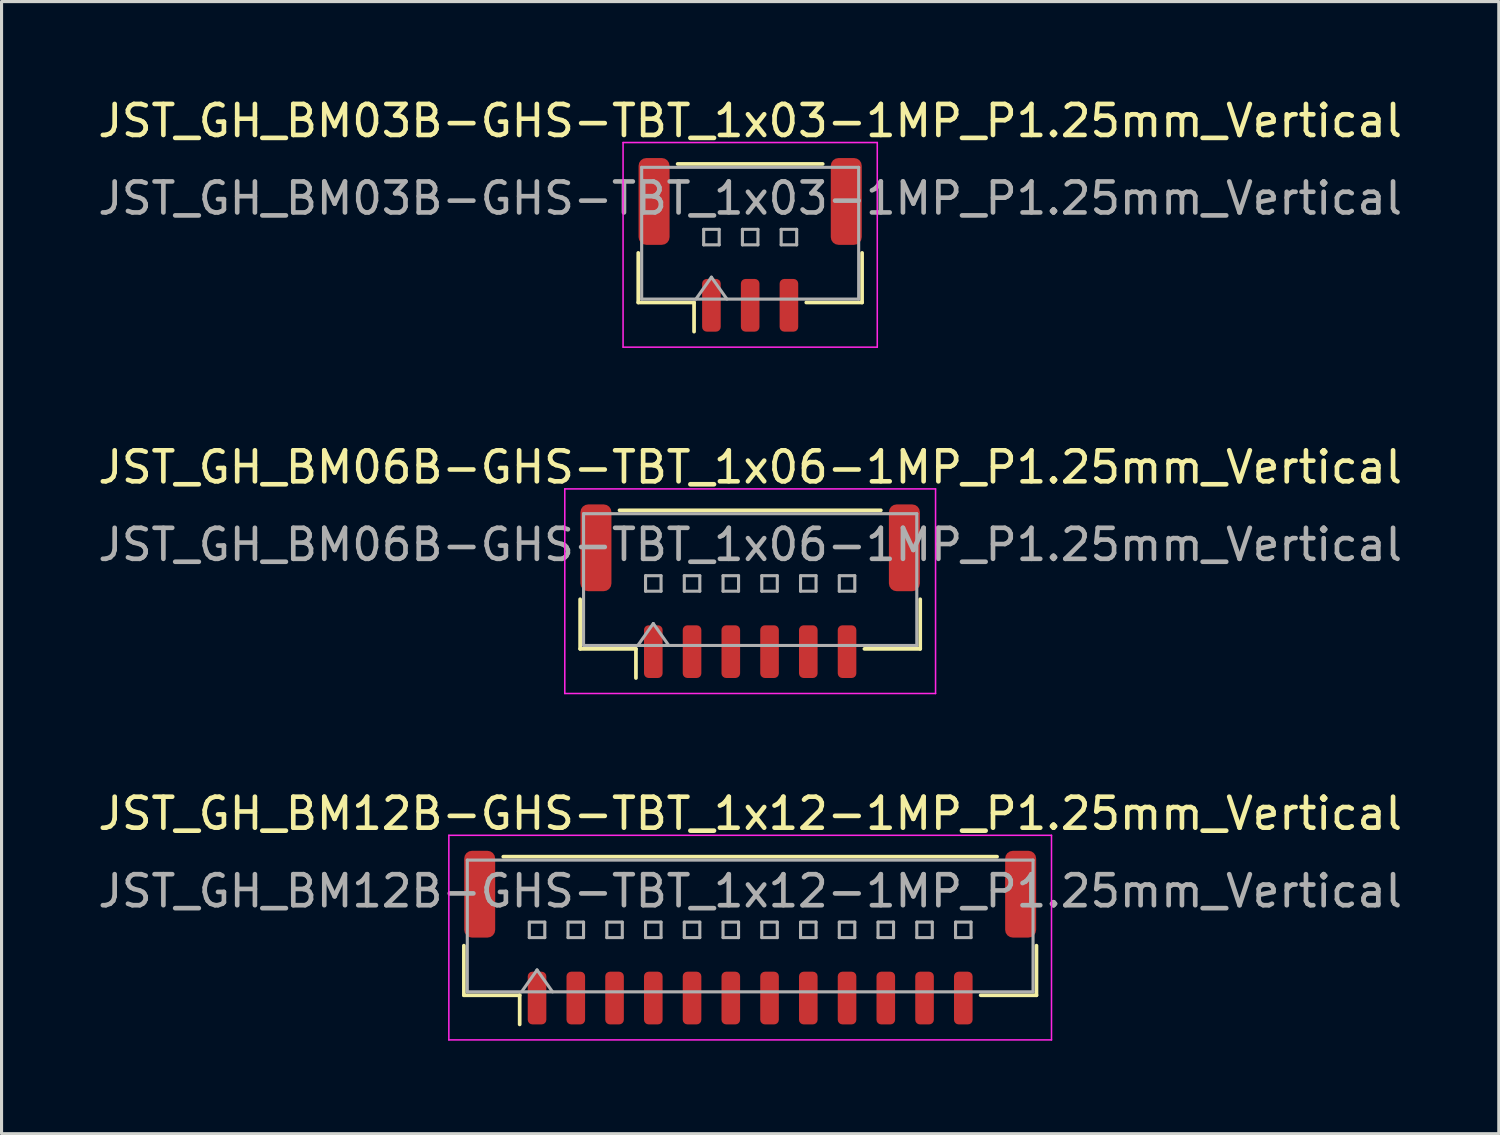
<source format=kicad_pcb>
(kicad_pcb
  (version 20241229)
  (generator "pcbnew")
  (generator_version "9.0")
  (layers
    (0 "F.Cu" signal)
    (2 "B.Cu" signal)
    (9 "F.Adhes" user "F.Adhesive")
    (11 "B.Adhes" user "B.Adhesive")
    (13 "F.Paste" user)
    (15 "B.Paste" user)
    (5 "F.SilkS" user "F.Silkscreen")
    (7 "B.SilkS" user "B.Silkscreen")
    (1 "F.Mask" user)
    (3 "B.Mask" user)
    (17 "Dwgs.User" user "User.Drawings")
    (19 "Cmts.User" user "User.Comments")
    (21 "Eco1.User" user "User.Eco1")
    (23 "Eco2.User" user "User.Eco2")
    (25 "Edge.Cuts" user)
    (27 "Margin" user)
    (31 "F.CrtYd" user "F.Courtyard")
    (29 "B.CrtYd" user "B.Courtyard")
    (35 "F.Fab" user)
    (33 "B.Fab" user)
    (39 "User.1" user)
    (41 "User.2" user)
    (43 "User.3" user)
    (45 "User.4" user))
  (footprint "JST_GH_BM12B-GHS-TBT_1x12-1MP_P1.25mm_Vertical"
    (layer "F.Cu")
    (at 21.149 27.195)
    (property "Reference" "JST_GH_BM12B-GHS-TBT_1x12-1MP_P1.25mm_Vertical" (at 0 -4 0) (layer "F.SilkS") (effects (font (size 1 1) (thickness 0.15))))
    (attr smd)
    (fp_line (start -9.235 0.26) (end -9.235 1.86) (stroke (width 0.12) (type solid)) (layer "F.SilkS"))
    (fp_line (start -9.235 1.86) (end -7.435 1.86) (stroke (width 0.12) (type solid)) (layer "F.SilkS"))
    (fp_line (start -7.965 -2.61) (end 7.965 -2.61) (stroke (width 0.12) (type solid)) (layer "F.SilkS"))
    (fp_line (start -7.435 1.86) (end -7.435 2.8) (stroke (width 0.12) (type solid)) (layer "F.SilkS"))
    (fp_line (start 9.235 0.26) (end 9.235 1.86) (stroke (width 0.12) (type solid)) (layer "F.SilkS"))
    (fp_line (start 9.235 1.86) (end 7.435 1.86) (stroke (width 0.12) (type solid)) (layer "F.SilkS"))
    (fp_line (start -9.72 -3.3) (end -9.72 3.3) (stroke (width 0.05) (type solid)) (layer "F.CrtYd"))
    (fp_line (start -9.72 3.3) (end 9.72 3.3) (stroke (width 0.05) (type solid)) (layer "F.CrtYd"))
    (fp_line (start 9.72 -3.3) (end -9.72 -3.3) (stroke (width 0.05) (type solid)) (layer "F.CrtYd"))
    (fp_line (start 9.72 3.3) (end 9.72 -3.3) (stroke (width 0.05) (type solid)) (layer "F.CrtYd"))
    (fp_line (start -9.125 -2.5) (end 9.125 -2.5) (stroke (width 0.1) (type solid)) (layer "F.Fab"))
    (fp_line (start -9.125 1.75) (end -9.125 -2.5) (stroke (width 0.1) (type solid)) (layer "F.Fab"))
    (fp_line (start -9.125 1.75) (end 9.125 1.75) (stroke (width 0.1) (type solid)) (layer "F.Fab"))
    (fp_line (start -7.375 1.75) (end -6.875 1.043) (stroke (width 0.1) (type solid)) (layer "F.Fab"))
    (fp_line (start -7.125 -0.5) (end -7.125 0) (stroke (width 0.1) (type solid)) (layer "F.Fab"))
    (fp_line (start -7.125 0) (end -6.625 0) (stroke (width 0.1) (type solid)) (layer "F.Fab"))
    (fp_line (start -6.875 1.043) (end -6.375 1.75) (stroke (width 0.1) (type solid)) (layer "F.Fab"))
    (fp_line (start -6.625 -0.5) (end -7.125 -0.5) (stroke (width 0.1) (type solid)) (layer "F.Fab"))
    (fp_line (start -6.625 0) (end -6.625 -0.5) (stroke (width 0.1) (type solid)) (layer "F.Fab"))
    (fp_line (start -5.875 -0.5) (end -5.875 0) (stroke (width 0.1) (type solid)) (layer "F.Fab"))
    (fp_line (start -5.875 0) (end -5.375 0) (stroke (width 0.1) (type solid)) (layer "F.Fab"))
    (fp_line (start -5.375 -0.5) (end -5.875 -0.5) (stroke (width 0.1) (type solid)) (layer "F.Fab"))
    (fp_line (start -5.375 0) (end -5.375 -0.5) (stroke (width 0.1) (type solid)) (layer "F.Fab"))
    (fp_line (start -4.625 -0.5) (end -4.625 0) (stroke (width 0.1) (type solid)) (layer "F.Fab"))
    (fp_line (start -4.625 0) (end -4.125 0) (stroke (width 0.1) (type solid)) (layer "F.Fab"))
    (fp_line (start -4.125 -0.5) (end -4.625 -0.5) (stroke (width 0.1) (type solid)) (layer "F.Fab"))
    (fp_line (start -4.125 0) (end -4.125 -0.5) (stroke (width 0.1) (type solid)) (layer "F.Fab"))
    (fp_line (start -3.375 -0.5) (end -3.375 0) (stroke (width 0.1) (type solid)) (layer "F.Fab"))
    (fp_line (start -3.375 0) (end -2.875 0) (stroke (width 0.1) (type solid)) (layer "F.Fab"))
    (fp_line (start -2.875 -0.5) (end -3.375 -0.5) (stroke (width 0.1) (type solid)) (layer "F.Fab"))
    (fp_line (start -2.875 0) (end -2.875 -0.5) (stroke (width 0.1) (type solid)) (layer "F.Fab"))
    (fp_line (start -2.125 -0.5) (end -2.125 0) (stroke (width 0.1) (type solid)) (layer "F.Fab"))
    (fp_line (start -2.125 0) (end -1.625 0) (stroke (width 0.1) (type solid)) (layer "F.Fab"))
    (fp_line (start -1.625 -0.5) (end -2.125 -0.5) (stroke (width 0.1) (type solid)) (layer "F.Fab"))
    (fp_line (start -1.625 0) (end -1.625 -0.5) (stroke (width 0.1) (type solid)) (layer "F.Fab"))
    (fp_line (start -0.875 -0.5) (end -0.875 0) (stroke (width 0.1) (type solid)) (layer "F.Fab"))
    (fp_line (start -0.875 0) (end -0.375 0) (stroke (width 0.1) (type solid)) (layer "F.Fab"))
    (fp_line (start -0.375 -0.5) (end -0.875 -0.5) (stroke (width 0.1) (type solid)) (layer "F.Fab"))
    (fp_line (start -0.375 0) (end -0.375 -0.5) (stroke (width 0.1) (type solid)) (layer "F.Fab"))
    (fp_line (start 0.375 -0.5) (end 0.375 0) (stroke (width 0.1) (type solid)) (layer "F.Fab"))
    (fp_line (start 0.375 0) (end 0.875 0) (stroke (width 0.1) (type solid)) (layer "F.Fab"))
    (fp_line (start 0.875 -0.5) (end 0.375 -0.5) (stroke (width 0.1) (type solid)) (layer "F.Fab"))
    (fp_line (start 0.875 0) (end 0.875 -0.5) (stroke (width 0.1) (type solid)) (layer "F.Fab"))
    (fp_line (start 1.625 -0.5) (end 1.625 0) (stroke (width 0.1) (type solid)) (layer "F.Fab"))
    (fp_line (start 1.625 0) (end 2.125 0) (stroke (width 0.1) (type solid)) (layer "F.Fab"))
    (fp_line (start 2.125 -0.5) (end 1.625 -0.5) (stroke (width 0.1) (type solid)) (layer "F.Fab"))
    (fp_line (start 2.125 0) (end 2.125 -0.5) (stroke (width 0.1) (type solid)) (layer "F.Fab"))
    (fp_line (start 2.875 -0.5) (end 2.875 0) (stroke (width 0.1) (type solid)) (layer "F.Fab"))
    (fp_line (start 2.875 0) (end 3.375 0) (stroke (width 0.1) (type solid)) (layer "F.Fab"))
    (fp_line (start 3.375 -0.5) (end 2.875 -0.5) (stroke (width 0.1) (type solid)) (layer "F.Fab"))
    (fp_line (start 3.375 0) (end 3.375 -0.5) (stroke (width 0.1) (type solid)) (layer "F.Fab"))
    (fp_line (start 4.125 -0.5) (end 4.125 0) (stroke (width 0.1) (type solid)) (layer "F.Fab"))
    (fp_line (start 4.125 0) (end 4.625 0) (stroke (width 0.1) (type solid)) (layer "F.Fab"))
    (fp_line (start 4.625 -0.5) (end 4.125 -0.5) (stroke (width 0.1) (type solid)) (layer "F.Fab"))
    (fp_line (start 4.625 0) (end 4.625 -0.5) (stroke (width 0.1) (type solid)) (layer "F.Fab"))
    (fp_line (start 5.375 -0.5) (end 5.375 0) (stroke (width 0.1) (type solid)) (layer "F.Fab"))
    (fp_line (start 5.375 0) (end 5.875 0) (stroke (width 0.1) (type solid)) (layer "F.Fab"))
    (fp_line (start 5.875 -0.5) (end 5.375 -0.5) (stroke (width 0.1) (type solid)) (layer "F.Fab"))
    (fp_line (start 5.875 0) (end 5.875 -0.5) (stroke (width 0.1) (type solid)) (layer "F.Fab"))
    (fp_line (start 6.625 -0.5) (end 6.625 0) (stroke (width 0.1) (type solid)) (layer "F.Fab"))
    (fp_line (start 6.625 0) (end 7.125 0) (stroke (width 0.1) (type solid)) (layer "F.Fab"))
    (fp_line (start 7.125 -0.5) (end 6.625 -0.5) (stroke (width 0.1) (type solid)) (layer "F.Fab"))
    (fp_line (start 7.125 0) (end 7.125 -0.5) (stroke (width 0.1) (type solid)) (layer "F.Fab"))
    (fp_line (start 9.125 1.75) (end 9.125 -2.5) (stroke (width 0.1) (type solid)) (layer "F.Fab"))
    (fp_text user "${REFERENCE}" (at 0 -1.5 0) (layer "F.Fab") (effects (font (size 1 1) (thickness 0.15))))
    (pad "1" smd roundrect (at -6.875 1.95) (size 0.6 1.7) (layers "F.Cu" "F.Mask" "F.Paste") (roundrect_rratio 0.25))
    (pad "2" smd roundrect (at -5.625 1.95) (size 0.6 1.7) (layers "F.Cu" "F.Mask" "F.Paste") (roundrect_rratio 0.25))
    (pad "3" smd roundrect (at -4.375 1.95) (size 0.6 1.7) (layers "F.Cu" "F.Mask" "F.Paste") (roundrect_rratio 0.25))
    (pad "4" smd roundrect (at -3.125 1.95) (size 0.6 1.7) (layers "F.Cu" "F.Mask" "F.Paste") (roundrect_rratio 0.25))
    (pad "5" smd roundrect (at -1.875 1.95) (size 0.6 1.7) (layers "F.Cu" "F.Mask" "F.Paste") (roundrect_rratio 0.25))
    (pad "6" smd roundrect (at -0.625 1.95) (size 0.6 1.7) (layers "F.Cu" "F.Mask" "F.Paste") (roundrect_rratio 0.25))
    (pad "7" smd roundrect (at 0.625 1.95) (size 0.6 1.7) (layers "F.Cu" "F.Mask" "F.Paste") (roundrect_rratio 0.25))
    (pad "8" smd roundrect (at 1.875 1.95) (size 0.6 1.7) (layers "F.Cu" "F.Mask" "F.Paste") (roundrect_rratio 0.25))
    (pad "9" smd roundrect (at 3.125 1.95) (size 0.6 1.7) (layers "F.Cu" "F.Mask" "F.Paste") (roundrect_rratio 0.25))
    (pad "10" smd roundrect (at 4.375 1.95) (size 0.6 1.7) (layers "F.Cu" "F.Mask" "F.Paste") (roundrect_rratio 0.25))
    (pad "11" smd roundrect (at 5.625 1.95) (size 0.6 1.7) (layers "F.Cu" "F.Mask" "F.Paste") (roundrect_rratio 0.25))
    (pad "12" smd roundrect (at 6.875 1.95) (size 0.6 1.7) (layers "F.Cu" "F.Mask" "F.Paste") (roundrect_rratio 0.25))
    (pad "MP" smd roundrect (at -8.725 -1.4) (size 1 2.8) (layers "F.Cu" "F.Mask" "F.Paste") (roundrect_rratio 0.25))
    (pad "MP" smd roundrect (at 8.725 -1.4) (size 1 2.8) (layers "F.Cu" "F.Mask" "F.Paste") (roundrect_rratio 0.25)))
  (footprint "JST_GH_BM03B-GHS-TBT_1x03-1MP_P1.25mm_Vertical"
    (layer "F.Cu")
    (at 21.149 4.848)
    (property "Reference" "JST_GH_BM03B-GHS-TBT_1x03-1MP_P1.25mm_Vertical" (at 0 -4 0) (layer "F.SilkS") (effects (font (size 1 1) (thickness 0.15))))
    (attr smd)
    (fp_line (start -3.61 0.26) (end -3.61 1.86) (stroke (width 0.12) (type solid)) (layer "F.SilkS"))
    (fp_line (start -3.61 1.86) (end -1.81 1.86) (stroke (width 0.12) (type solid)) (layer "F.SilkS"))
    (fp_line (start -2.34 -2.61) (end 2.34 -2.61) (stroke (width 0.12) (type solid)) (layer "F.SilkS"))
    (fp_line (start -1.81 1.86) (end -1.81 2.8) (stroke (width 0.12) (type solid)) (layer "F.SilkS"))
    (fp_line (start 3.61 0.26) (end 3.61 1.86) (stroke (width 0.12) (type solid)) (layer "F.SilkS"))
    (fp_line (start 3.61 1.86) (end 1.81 1.86) (stroke (width 0.12) (type solid)) (layer "F.SilkS"))
    (fp_line (start -4.1 -3.3) (end -4.1 3.3) (stroke (width 0.05) (type solid)) (layer "F.CrtYd"))
    (fp_line (start -4.1 3.3) (end 4.1 3.3) (stroke (width 0.05) (type solid)) (layer "F.CrtYd"))
    (fp_line (start 4.1 -3.3) (end -4.1 -3.3) (stroke (width 0.05) (type solid)) (layer "F.CrtYd"))
    (fp_line (start 4.1 3.3) (end 4.1 -3.3) (stroke (width 0.05) (type solid)) (layer "F.CrtYd"))
    (fp_line (start -3.5 -2.5) (end 3.5 -2.5) (stroke (width 0.1) (type solid)) (layer "F.Fab"))
    (fp_line (start -3.5 1.75) (end -3.5 -2.5) (stroke (width 0.1) (type solid)) (layer "F.Fab"))
    (fp_line (start -3.5 1.75) (end 3.5 1.75) (stroke (width 0.1) (type solid)) (layer "F.Fab"))
    (fp_line (start -1.75 1.75) (end -1.25 1.043) (stroke (width 0.1) (type solid)) (layer "F.Fab"))
    (fp_line (start -1.5 -0.5) (end -1.5 0) (stroke (width 0.1) (type solid)) (layer "F.Fab"))
    (fp_line (start -1.5 0) (end -1 0) (stroke (width 0.1) (type solid)) (layer "F.Fab"))
    (fp_line (start -1.25 1.043) (end -0.75 1.75) (stroke (width 0.1) (type solid)) (layer "F.Fab"))
    (fp_line (start -1 -0.5) (end -1.5 -0.5) (stroke (width 0.1) (type solid)) (layer "F.Fab"))
    (fp_line (start -1 0) (end -1 -0.5) (stroke (width 0.1) (type solid)) (layer "F.Fab"))
    (fp_line (start -0.25 -0.5) (end -0.25 0) (stroke (width 0.1) (type solid)) (layer "F.Fab"))
    (fp_line (start -0.25 0) (end 0.25 0) (stroke (width 0.1) (type solid)) (layer "F.Fab"))
    (fp_line (start 0.25 -0.5) (end -0.25 -0.5) (stroke (width 0.1) (type solid)) (layer "F.Fab"))
    (fp_line (start 0.25 0) (end 0.25 -0.5) (stroke (width 0.1) (type solid)) (layer "F.Fab"))
    (fp_line (start 1 -0.5) (end 1 0) (stroke (width 0.1) (type solid)) (layer "F.Fab"))
    (fp_line (start 1 0) (end 1.5 0) (stroke (width 0.1) (type solid)) (layer "F.Fab"))
    (fp_line (start 1.5 -0.5) (end 1 -0.5) (stroke (width 0.1) (type solid)) (layer "F.Fab"))
    (fp_line (start 1.5 0) (end 1.5 -0.5) (stroke (width 0.1) (type solid)) (layer "F.Fab"))
    (fp_line (start 3.5 1.75) (end 3.5 -2.5) (stroke (width 0.1) (type solid)) (layer "F.Fab"))
    (fp_text user "${REFERENCE}" (at 0 -1.5 0) (layer "F.Fab") (effects (font (size 1 1) (thickness 0.15))))
    (pad "1" smd roundrect (at -1.25 1.95) (size 0.6 1.7) (layers "F.Cu" "F.Mask" "F.Paste") (roundrect_rratio 0.25))
    (pad "2" smd roundrect (at 0 1.95) (size 0.6 1.7) (layers "F.Cu" "F.Mask" "F.Paste") (roundrect_rratio 0.25))
    (pad "3" smd roundrect (at 1.25 1.95) (size 0.6 1.7) (layers "F.Cu" "F.Mask" "F.Paste") (roundrect_rratio 0.25))
    (pad "MP" smd roundrect (at -3.1 -1.4) (size 1 2.8) (layers "F.Cu" "F.Mask" "F.Paste") (roundrect_rratio 0.25))
    (pad "MP" smd roundrect (at 3.1 -1.4) (size 1 2.8) (layers "F.Cu" "F.Mask" "F.Paste") (roundrect_rratio 0.25)))
  (footprint "JST_GH_BM06B-GHS-TBT_1x06-1MP_P1.25mm_Vertical"
    (layer "F.Cu")
    (at 21.149 16.021)
    (property "Reference" "JST_GH_BM06B-GHS-TBT_1x06-1MP_P1.25mm_Vertical" (at 0 -4 0) (layer "F.SilkS") (effects (font (size 1 1) (thickness 0.15))))
    (attr smd)
    (fp_line (start -5.485 0.26) (end -5.485 1.86) (stroke (width 0.12) (type solid)) (layer "F.SilkS"))
    (fp_line (start -5.485 1.86) (end -3.685 1.86) (stroke (width 0.12) (type solid)) (layer "F.SilkS"))
    (fp_line (start -4.215 -2.61) (end 4.215 -2.61) (stroke (width 0.12) (type solid)) (layer "F.SilkS"))
    (fp_line (start -3.685 1.86) (end -3.685 2.8) (stroke (width 0.12) (type solid)) (layer "F.SilkS"))
    (fp_line (start 5.485 0.26) (end 5.485 1.86) (stroke (width 0.12) (type solid)) (layer "F.SilkS"))
    (fp_line (start 5.485 1.86) (end 3.685 1.86) (stroke (width 0.12) (type solid)) (layer "F.SilkS"))
    (fp_line (start -5.98 -3.3) (end -5.98 3.3) (stroke (width 0.05) (type solid)) (layer "F.CrtYd"))
    (fp_line (start -5.98 3.3) (end 5.98 3.3) (stroke (width 0.05) (type solid)) (layer "F.CrtYd"))
    (fp_line (start 5.98 -3.3) (end -5.98 -3.3) (stroke (width 0.05) (type solid)) (layer "F.CrtYd"))
    (fp_line (start 5.98 3.3) (end 5.98 -3.3) (stroke (width 0.05) (type solid)) (layer "F.CrtYd"))
    (fp_line (start -5.375 -2.5) (end 5.375 -2.5) (stroke (width 0.1) (type solid)) (layer "F.Fab"))
    (fp_line (start -5.375 1.75) (end -5.375 -2.5) (stroke (width 0.1) (type solid)) (layer "F.Fab"))
    (fp_line (start -5.375 1.75) (end 5.375 1.75) (stroke (width 0.1) (type solid)) (layer "F.Fab"))
    (fp_line (start -3.625 1.75) (end -3.125 1.043) (stroke (width 0.1) (type solid)) (layer "F.Fab"))
    (fp_line (start -3.375 -0.5) (end -3.375 0) (stroke (width 0.1) (type solid)) (layer "F.Fab"))
    (fp_line (start -3.375 0) (end -2.875 0) (stroke (width 0.1) (type solid)) (layer "F.Fab"))
    (fp_line (start -3.125 1.043) (end -2.625 1.75) (stroke (width 0.1) (type solid)) (layer "F.Fab"))
    (fp_line (start -2.875 -0.5) (end -3.375 -0.5) (stroke (width 0.1) (type solid)) (layer "F.Fab"))
    (fp_line (start -2.875 0) (end -2.875 -0.5) (stroke (width 0.1) (type solid)) (layer "F.Fab"))
    (fp_line (start -2.125 -0.5) (end -2.125 0) (stroke (width 0.1) (type solid)) (layer "F.Fab"))
    (fp_line (start -2.125 0) (end -1.625 0) (stroke (width 0.1) (type solid)) (layer "F.Fab"))
    (fp_line (start -1.625 -0.5) (end -2.125 -0.5) (stroke (width 0.1) (type solid)) (layer "F.Fab"))
    (fp_line (start -1.625 0) (end -1.625 -0.5) (stroke (width 0.1) (type solid)) (layer "F.Fab"))
    (fp_line (start -0.875 -0.5) (end -0.875 0) (stroke (width 0.1) (type solid)) (layer "F.Fab"))
    (fp_line (start -0.875 0) (end -0.375 0) (stroke (width 0.1) (type solid)) (layer "F.Fab"))
    (fp_line (start -0.375 -0.5) (end -0.875 -0.5) (stroke (width 0.1) (type solid)) (layer "F.Fab"))
    (fp_line (start -0.375 0) (end -0.375 -0.5) (stroke (width 0.1) (type solid)) (layer "F.Fab"))
    (fp_line (start 0.375 -0.5) (end 0.375 0) (stroke (width 0.1) (type solid)) (layer "F.Fab"))
    (fp_line (start 0.375 0) (end 0.875 0) (stroke (width 0.1) (type solid)) (layer "F.Fab"))
    (fp_line (start 0.875 -0.5) (end 0.375 -0.5) (stroke (width 0.1) (type solid)) (layer "F.Fab"))
    (fp_line (start 0.875 0) (end 0.875 -0.5) (stroke (width 0.1) (type solid)) (layer "F.Fab"))
    (fp_line (start 1.625 -0.5) (end 1.625 0) (stroke (width 0.1) (type solid)) (layer "F.Fab"))
    (fp_line (start 1.625 0) (end 2.125 0) (stroke (width 0.1) (type solid)) (layer "F.Fab"))
    (fp_line (start 2.125 -0.5) (end 1.625 -0.5) (stroke (width 0.1) (type solid)) (layer "F.Fab"))
    (fp_line (start 2.125 0) (end 2.125 -0.5) (stroke (width 0.1) (type solid)) (layer "F.Fab"))
    (fp_line (start 2.875 -0.5) (end 2.875 0) (stroke (width 0.1) (type solid)) (layer "F.Fab"))
    (fp_line (start 2.875 0) (end 3.375 0) (stroke (width 0.1) (type solid)) (layer "F.Fab"))
    (fp_line (start 3.375 -0.5) (end 2.875 -0.5) (stroke (width 0.1) (type solid)) (layer "F.Fab"))
    (fp_line (start 3.375 0) (end 3.375 -0.5) (stroke (width 0.1) (type solid)) (layer "F.Fab"))
    (fp_line (start 5.375 1.75) (end 5.375 -2.5) (stroke (width 0.1) (type solid)) (layer "F.Fab"))
    (fp_text user "${REFERENCE}" (at 0 -1.5 0) (layer "F.Fab") (effects (font (size 1 1) (thickness 0.15))))
    (pad "1" smd roundrect (at -3.125 1.95) (size 0.6 1.7) (layers "F.Cu" "F.Mask" "F.Paste") (roundrect_rratio 0.25))
    (pad "2" smd roundrect (at -1.875 1.95) (size 0.6 1.7) (layers "F.Cu" "F.Mask" "F.Paste") (roundrect_rratio 0.25))
    (pad "3" smd roundrect (at -0.625 1.95) (size 0.6 1.7) (layers "F.Cu" "F.Mask" "F.Paste") (roundrect_rratio 0.25))
    (pad "4" smd roundrect (at 0.625 1.95) (size 0.6 1.7) (layers "F.Cu" "F.Mask" "F.Paste") (roundrect_rratio 0.25))
    (pad "5" smd roundrect (at 1.875 1.95) (size 0.6 1.7) (layers "F.Cu" "F.Mask" "F.Paste") (roundrect_rratio 0.25))
    (pad "6" smd roundrect (at 3.125 1.95) (size 0.6 1.7) (layers "F.Cu" "F.Mask" "F.Paste") (roundrect_rratio 0.25))
    (pad "MP" smd roundrect (at -4.975 -1.4) (size 1 2.8) (layers "F.Cu" "F.Mask" "F.Paste") (roundrect_rratio 0.25))
    (pad "MP" smd roundrect (at 4.975 -1.4) (size 1 2.8) (layers "F.Cu" "F.Mask" "F.Paste") (roundrect_rratio 0.25)))
  (gr_rect
    (start -3 -3)
    (end 45.298 33.52)
    (stroke (width 0.1) (type default))
    (fill no)
    (layer "Edge.Cuts")))
</source>
